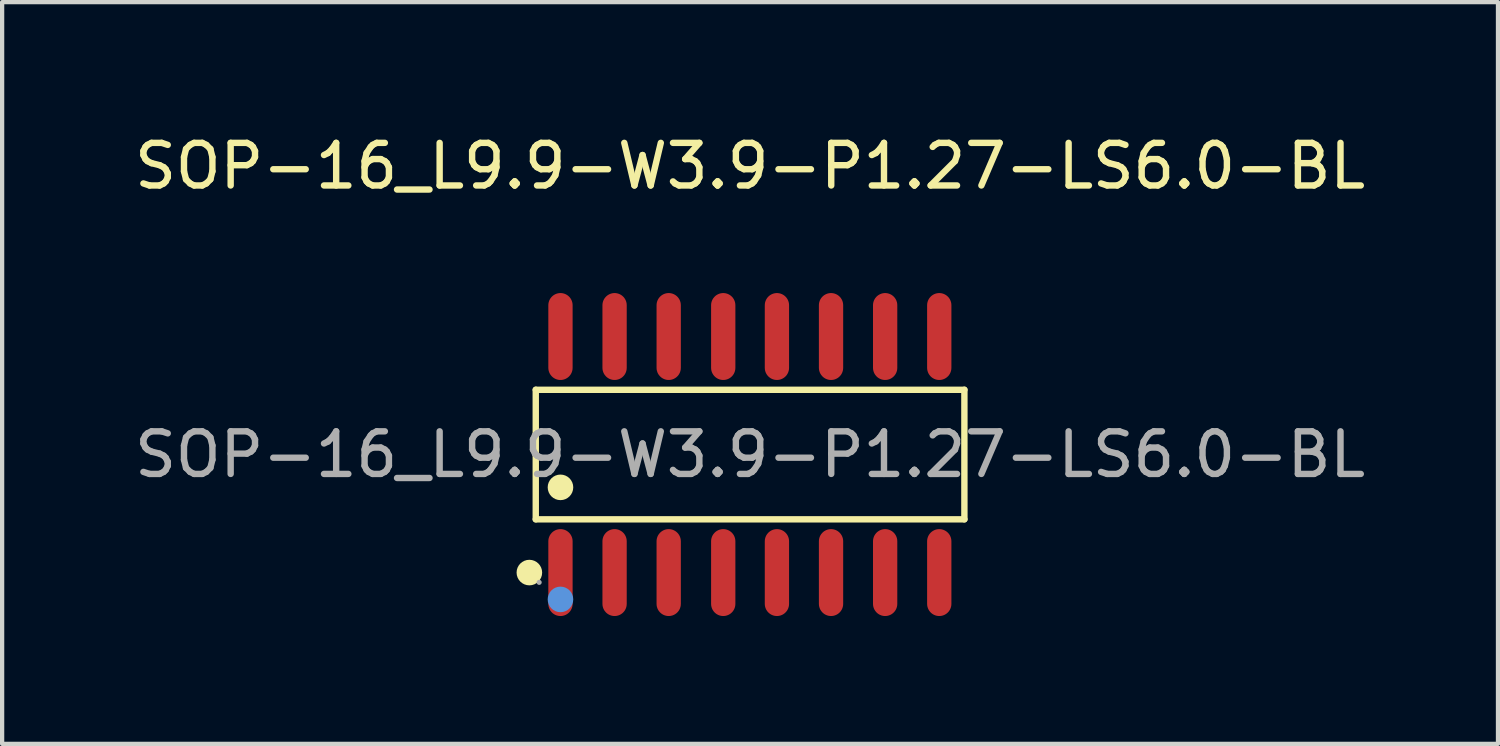
<source format=kicad_pcb>
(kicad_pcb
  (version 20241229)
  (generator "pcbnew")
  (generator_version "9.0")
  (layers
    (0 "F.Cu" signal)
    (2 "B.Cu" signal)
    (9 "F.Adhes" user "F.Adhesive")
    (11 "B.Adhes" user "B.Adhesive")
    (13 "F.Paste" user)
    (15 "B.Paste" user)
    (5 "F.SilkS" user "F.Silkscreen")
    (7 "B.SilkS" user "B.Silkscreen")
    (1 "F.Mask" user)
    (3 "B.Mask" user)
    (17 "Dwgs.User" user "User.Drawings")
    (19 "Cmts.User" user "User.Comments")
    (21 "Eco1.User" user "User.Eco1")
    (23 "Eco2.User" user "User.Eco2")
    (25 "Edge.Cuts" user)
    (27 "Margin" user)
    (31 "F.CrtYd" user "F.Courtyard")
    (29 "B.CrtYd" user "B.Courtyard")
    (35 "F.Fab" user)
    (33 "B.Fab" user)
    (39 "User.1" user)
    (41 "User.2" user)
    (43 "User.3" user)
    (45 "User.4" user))
  (footprint "SOP-16_L9.9-W3.9-P1.27-LS6.0-BL"
    (layer "F.Cu")
    (at 14.554 7.618)
    (property "Reference" "SOP-16_L9.9-W3.9-P1.27-LS6.0-BL" (at 0 -6.77 0) (layer "F.SilkS") (effects (font (size 1 1) (thickness 0.15))))
    (attr smd)
    (fp_line (start -5.03 -1.52) (end 5.03 -1.52) (stroke (width 0.15) (type solid)) (layer "F.SilkS"))
    (fp_line (start -5.03 1.52) (end -5.03 -1.52) (stroke (width 0.15) (type solid)) (layer "F.SilkS"))
    (fp_line (start 5.03 -1.52) (end 5.03 1.52) (stroke (width 0.15) (type solid)) (layer "F.SilkS"))
    (fp_line (start 5.03 1.52) (end -5.03 1.52) (stroke (width 0.15) (type solid)) (layer "F.SilkS"))
    (fp_circle (center -5.18 2.77) (end -5.03 2.77) (stroke (width 0.3) (type solid)) (fill no) (layer "F.SilkS"))
    (fp_circle (center -4.45 0.77) (end -4.3 0.77) (stroke (width 0.3) (type solid)) (fill no) (layer "F.SilkS"))
    (fp_circle (center -4.45 3.4) (end -4.3 3.4) (stroke (width 0.3) (type solid)) (fill no) (layer "Cmts.User"))
    (fp_circle (center -4.95 3) (end -4.92 3) (stroke (width 0.06) (type solid)) (fill no) (layer "F.Fab"))
    (fp_text user "${REFERENCE}" (at 0 0 0) (layer "F.Fab") (effects (font (size 1 1) (thickness 0.15))))
    (pad "1" smd oval (at -4.45 2.77) (size 0.57 2.04) (layers "F.Cu" "F.Mask" "F.Paste"))
    (pad "2" smd oval (at -3.18 2.77) (size 0.57 2.04) (layers "F.Cu" "F.Mask" "F.Paste"))
    (pad "3" smd oval (at -1.91 2.77) (size 0.57 2.04) (layers "F.Cu" "F.Mask" "F.Paste"))
    (pad "4" smd oval (at -0.63 2.77) (size 0.57 2.04) (layers "F.Cu" "F.Mask" "F.Paste"))
    (pad "5" smd oval (at 0.63 2.77) (size 0.57 2.04) (layers "F.Cu" "F.Mask" "F.Paste"))
    (pad "6" smd oval (at 1.9 2.77) (size 0.57 2.04) (layers "F.Cu" "F.Mask" "F.Paste"))
    (pad "7" smd oval (at 3.17 2.77) (size 0.57 2.04) (layers "F.Cu" "F.Mask" "F.Paste"))
    (pad "8" smd oval (at 4.44 2.77) (size 0.57 2.04) (layers "F.Cu" "F.Mask" "F.Paste"))
    (pad "9" smd oval (at 4.44 -2.77) (size 0.57 2.04) (layers "F.Cu" "F.Mask" "F.Paste"))
    (pad "10" smd oval (at 3.17 -2.77) (size 0.57 2.04) (layers "F.Cu" "F.Mask" "F.Paste"))
    (pad "11" smd oval (at 1.9 -2.77) (size 0.57 2.04) (layers "F.Cu" "F.Mask" "F.Paste"))
    (pad "12" smd oval (at 0.63 -2.77) (size 0.57 2.04) (layers "F.Cu" "F.Mask" "F.Paste"))
    (pad "13" smd oval (at -0.63 -2.77) (size 0.57 2.04) (layers "F.Cu" "F.Mask" "F.Paste"))
    (pad "14" smd oval (at -1.91 -2.77) (size 0.57 2.04) (layers "F.Cu" "F.Mask" "F.Paste"))
    (pad "15" smd oval (at -3.18 -2.77) (size 0.57 2.04) (layers "F.Cu" "F.Mask" "F.Paste"))
    (pad "16" smd oval (at -4.45 -2.77) (size 0.57 2.04) (layers "F.Cu" "F.Mask" "F.Paste")))
  (gr_rect
    (start -3 -3)
    (end 32.107 14.408)
    (stroke (width 0.1) (type default))
    (fill no)
    (layer "Edge.Cuts")))
</source>
